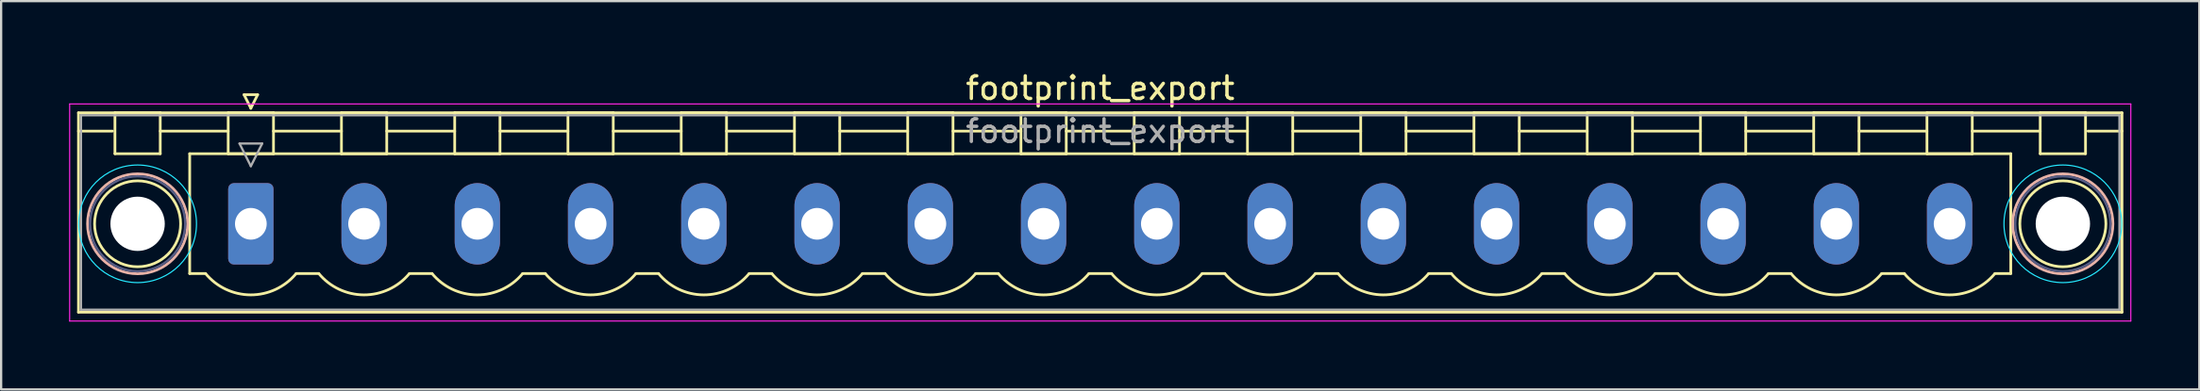
<source format=kicad_pcb>
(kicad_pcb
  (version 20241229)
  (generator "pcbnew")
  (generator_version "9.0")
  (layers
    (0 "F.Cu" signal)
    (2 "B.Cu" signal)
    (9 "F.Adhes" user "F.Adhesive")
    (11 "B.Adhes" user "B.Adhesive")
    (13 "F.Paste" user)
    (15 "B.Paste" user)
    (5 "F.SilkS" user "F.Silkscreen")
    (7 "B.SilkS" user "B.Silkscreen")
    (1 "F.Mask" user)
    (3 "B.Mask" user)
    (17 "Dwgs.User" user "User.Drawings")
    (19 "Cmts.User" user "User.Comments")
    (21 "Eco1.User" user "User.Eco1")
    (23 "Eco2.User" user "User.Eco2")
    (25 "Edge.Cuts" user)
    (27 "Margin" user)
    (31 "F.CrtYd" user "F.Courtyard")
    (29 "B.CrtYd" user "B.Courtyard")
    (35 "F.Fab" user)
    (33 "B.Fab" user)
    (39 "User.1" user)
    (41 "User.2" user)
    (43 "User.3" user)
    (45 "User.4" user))
  (footprint "footprint_export"
    (layer "F.Cu")
    (at 8.025 6.848)
    (property "Reference" "footprint_export" (at 37.5 -6 0) (layer "F.SilkS") (effects (font (size 1 1) (thickness 0.15))))
    (attr through_hole)
    (fp_line (start -7.61 -4.91) (end -7.61 3.91) (stroke (width 0.12) (type solid)) (layer "F.SilkS"))
    (fp_line (start -7.61 -4.1) (end -6.11 -4.1) (stroke (width 0.12) (type solid)) (layer "F.SilkS"))
    (fp_line (start -7.61 3.91) (end 82.61 3.91) (stroke (width 0.12) (type solid)) (layer "F.SilkS"))
    (fp_line (start -6 -4.91) (end -4 -4.91) (stroke (width 0.12) (type solid)) (layer "F.SilkS"))
    (fp_line (start -6 -3.1) (end -6 -4.91) (stroke (width 0.12) (type solid)) (layer "F.SilkS"))
    (fp_line (start -4 -4.91) (end -4 -3.1) (stroke (width 0.12) (type solid)) (layer "F.SilkS"))
    (fp_line (start -4 -4.1) (end -1 -4.1) (stroke (width 0.12) (type solid)) (layer "F.SilkS"))
    (fp_line (start -4 -3.1) (end -6 -3.1) (stroke (width 0.12) (type solid)) (layer "F.SilkS"))
    (fp_line (start -2.7 -3.1) (end 77.7 -3.1) (stroke (width 0.12) (type solid)) (layer "F.SilkS"))
    (fp_line (start -2.7 2.2) (end -2.7 -3.1) (stroke (width 0.12) (type solid)) (layer "F.SilkS"))
    (fp_line (start -2 2.2) (end -2.7 2.2) (stroke (width 0.12) (type solid)) (layer "F.SilkS"))
    (fp_line (start -1 -4.91) (end 1 -4.91) (stroke (width 0.12) (type solid)) (layer "F.SilkS"))
    (fp_line (start -1 -3.1) (end -1 -4.91) (stroke (width 0.12) (type solid)) (layer "F.SilkS"))
    (fp_line (start -0.3 -5.71) (end 0.3 -5.71) (stroke (width 0.12) (type solid)) (layer "F.SilkS"))
    (fp_line (start 0 -5.11) (end -0.3 -5.71) (stroke (width 0.12) (type solid)) (layer "F.SilkS"))
    (fp_line (start 0.3 -5.71) (end 0 -5.11) (stroke (width 0.12) (type solid)) (layer "F.SilkS"))
    (fp_line (start 1 -4.91) (end 1 -3.1) (stroke (width 0.12) (type solid)) (layer "F.SilkS"))
    (fp_line (start 1 -4.1) (end 4 -4.1) (stroke (width 0.12) (type solid)) (layer "F.SilkS"))
    (fp_line (start 1 -3.1) (end -1 -3.1) (stroke (width 0.12) (type solid)) (layer "F.SilkS"))
    (fp_line (start 2 2.2) (end 3 2.2) (stroke (width 0.12) (type solid)) (layer "F.SilkS"))
    (fp_line (start 4 -4.91) (end 6 -4.91) (stroke (width 0.12) (type solid)) (layer "F.SilkS"))
    (fp_line (start 4 -3.1) (end 4 -4.91) (stroke (width 0.12) (type solid)) (layer "F.SilkS"))
    (fp_line (start 6 -4.91) (end 6 -3.1) (stroke (width 0.12) (type solid)) (layer "F.SilkS"))
    (fp_line (start 6 -4.1) (end 9 -4.1) (stroke (width 0.12) (type solid)) (layer "F.SilkS"))
    (fp_line (start 6 -3.1) (end 4 -3.1) (stroke (width 0.12) (type solid)) (layer "F.SilkS"))
    (fp_line (start 7 2.2) (end 8 2.2) (stroke (width 0.12) (type solid)) (layer "F.SilkS"))
    (fp_line (start 9 -4.91) (end 11 -4.91) (stroke (width 0.12) (type solid)) (layer "F.SilkS"))
    (fp_line (start 9 -3.1) (end 9 -4.91) (stroke (width 0.12) (type solid)) (layer "F.SilkS"))
    (fp_line (start 11 -4.91) (end 11 -3.1) (stroke (width 0.12) (type solid)) (layer "F.SilkS"))
    (fp_line (start 11 -4.1) (end 14 -4.1) (stroke (width 0.12) (type solid)) (layer "F.SilkS"))
    (fp_line (start 11 -3.1) (end 9 -3.1) (stroke (width 0.12) (type solid)) (layer "F.SilkS"))
    (fp_line (start 12 2.2) (end 13 2.2) (stroke (width 0.12) (type solid)) (layer "F.SilkS"))
    (fp_line (start 14 -4.91) (end 16 -4.91) (stroke (width 0.12) (type solid)) (layer "F.SilkS"))
    (fp_line (start 14 -3.1) (end 14 -4.91) (stroke (width 0.12) (type solid)) (layer "F.SilkS"))
    (fp_line (start 16 -4.91) (end 16 -3.1) (stroke (width 0.12) (type solid)) (layer "F.SilkS"))
    (fp_line (start 16 -4.1) (end 19 -4.1) (stroke (width 0.12) (type solid)) (layer "F.SilkS"))
    (fp_line (start 16 -3.1) (end 14 -3.1) (stroke (width 0.12) (type solid)) (layer "F.SilkS"))
    (fp_line (start 17 2.2) (end 18 2.2) (stroke (width 0.12) (type solid)) (layer "F.SilkS"))
    (fp_line (start 19 -4.91) (end 21 -4.91) (stroke (width 0.12) (type solid)) (layer "F.SilkS"))
    (fp_line (start 19 -3.1) (end 19 -4.91) (stroke (width 0.12) (type solid)) (layer "F.SilkS"))
    (fp_line (start 21 -4.91) (end 21 -3.1) (stroke (width 0.12) (type solid)) (layer "F.SilkS"))
    (fp_line (start 21 -4.1) (end 24 -4.1) (stroke (width 0.12) (type solid)) (layer "F.SilkS"))
    (fp_line (start 21 -3.1) (end 19 -3.1) (stroke (width 0.12) (type solid)) (layer "F.SilkS"))
    (fp_line (start 22 2.2) (end 23 2.2) (stroke (width 0.12) (type solid)) (layer "F.SilkS"))
    (fp_line (start 24 -4.91) (end 26 -4.91) (stroke (width 0.12) (type solid)) (layer "F.SilkS"))
    (fp_line (start 24 -3.1) (end 24 -4.91) (stroke (width 0.12) (type solid)) (layer "F.SilkS"))
    (fp_line (start 26 -4.91) (end 26 -3.1) (stroke (width 0.12) (type solid)) (layer "F.SilkS"))
    (fp_line (start 26 -4.1) (end 29 -4.1) (stroke (width 0.12) (type solid)) (layer "F.SilkS"))
    (fp_line (start 26 -3.1) (end 24 -3.1) (stroke (width 0.12) (type solid)) (layer "F.SilkS"))
    (fp_line (start 27 2.2) (end 28 2.2) (stroke (width 0.12) (type solid)) (layer "F.SilkS"))
    (fp_line (start 29 -4.91) (end 31 -4.91) (stroke (width 0.12) (type solid)) (layer "F.SilkS"))
    (fp_line (start 29 -3.1) (end 29 -4.91) (stroke (width 0.12) (type solid)) (layer "F.SilkS"))
    (fp_line (start 31 -4.91) (end 31 -3.1) (stroke (width 0.12) (type solid)) (layer "F.SilkS"))
    (fp_line (start 31 -4.1) (end 34 -4.1) (stroke (width 0.12) (type solid)) (layer "F.SilkS"))
    (fp_line (start 31 -3.1) (end 29 -3.1) (stroke (width 0.12) (type solid)) (layer "F.SilkS"))
    (fp_line (start 32 2.2) (end 33 2.2) (stroke (width 0.12) (type solid)) (layer "F.SilkS"))
    (fp_line (start 34 -4.91) (end 36 -4.91) (stroke (width 0.12) (type solid)) (layer "F.SilkS"))
    (fp_line (start 34 -3.1) (end 34 -4.91) (stroke (width 0.12) (type solid)) (layer "F.SilkS"))
    (fp_line (start 36 -4.91) (end 36 -3.1) (stroke (width 0.12) (type solid)) (layer "F.SilkS"))
    (fp_line (start 36 -4.1) (end 39 -4.1) (stroke (width 0.12) (type solid)) (layer "F.SilkS"))
    (fp_line (start 36 -3.1) (end 34 -3.1) (stroke (width 0.12) (type solid)) (layer "F.SilkS"))
    (fp_line (start 37 2.2) (end 38 2.2) (stroke (width 0.12) (type solid)) (layer "F.SilkS"))
    (fp_line (start 39 -4.91) (end 41 -4.91) (stroke (width 0.12) (type solid)) (layer "F.SilkS"))
    (fp_line (start 39 -3.1) (end 39 -4.91) (stroke (width 0.12) (type solid)) (layer "F.SilkS"))
    (fp_line (start 41 -4.91) (end 41 -3.1) (stroke (width 0.12) (type solid)) (layer "F.SilkS"))
    (fp_line (start 41 -4.1) (end 44 -4.1) (stroke (width 0.12) (type solid)) (layer "F.SilkS"))
    (fp_line (start 41 -3.1) (end 39 -3.1) (stroke (width 0.12) (type solid)) (layer "F.SilkS"))
    (fp_line (start 42 2.2) (end 43 2.2) (stroke (width 0.12) (type solid)) (layer "F.SilkS"))
    (fp_line (start 44 -4.91) (end 46 -4.91) (stroke (width 0.12) (type solid)) (layer "F.SilkS"))
    (fp_line (start 44 -3.1) (end 44 -4.91) (stroke (width 0.12) (type solid)) (layer "F.SilkS"))
    (fp_line (start 46 -4.91) (end 46 -3.1) (stroke (width 0.12) (type solid)) (layer "F.SilkS"))
    (fp_line (start 46 -4.1) (end 49 -4.1) (stroke (width 0.12) (type solid)) (layer "F.SilkS"))
    (fp_line (start 46 -3.1) (end 44 -3.1) (stroke (width 0.12) (type solid)) (layer "F.SilkS"))
    (fp_line (start 47 2.2) (end 48 2.2) (stroke (width 0.12) (type solid)) (layer "F.SilkS"))
    (fp_line (start 49 -4.91) (end 51 -4.91) (stroke (width 0.12) (type solid)) (layer "F.SilkS"))
    (fp_line (start 49 -3.1) (end 49 -4.91) (stroke (width 0.12) (type solid)) (layer "F.SilkS"))
    (fp_line (start 51 -4.91) (end 51 -3.1) (stroke (width 0.12) (type solid)) (layer "F.SilkS"))
    (fp_line (start 51 -4.1) (end 54 -4.1) (stroke (width 0.12) (type solid)) (layer "F.SilkS"))
    (fp_line (start 51 -3.1) (end 49 -3.1) (stroke (width 0.12) (type solid)) (layer "F.SilkS"))
    (fp_line (start 52 2.2) (end 53 2.2) (stroke (width 0.12) (type solid)) (layer "F.SilkS"))
    (fp_line (start 54 -4.91) (end 56 -4.91) (stroke (width 0.12) (type solid)) (layer "F.SilkS"))
    (fp_line (start 54 -3.1) (end 54 -4.91) (stroke (width 0.12) (type solid)) (layer "F.SilkS"))
    (fp_line (start 56 -4.91) (end 56 -3.1) (stroke (width 0.12) (type solid)) (layer "F.SilkS"))
    (fp_line (start 56 -4.1) (end 59 -4.1) (stroke (width 0.12) (type solid)) (layer "F.SilkS"))
    (fp_line (start 56 -3.1) (end 54 -3.1) (stroke (width 0.12) (type solid)) (layer "F.SilkS"))
    (fp_line (start 57 2.2) (end 58 2.2) (stroke (width 0.12) (type solid)) (layer "F.SilkS"))
    (fp_line (start 59 -4.91) (end 61 -4.91) (stroke (width 0.12) (type solid)) (layer "F.SilkS"))
    (fp_line (start 59 -3.1) (end 59 -4.91) (stroke (width 0.12) (type solid)) (layer "F.SilkS"))
    (fp_line (start 61 -4.91) (end 61 -3.1) (stroke (width 0.12) (type solid)) (layer "F.SilkS"))
    (fp_line (start 61 -4.1) (end 64 -4.1) (stroke (width 0.12) (type solid)) (layer "F.SilkS"))
    (fp_line (start 61 -3.1) (end 59 -3.1) (stroke (width 0.12) (type solid)) (layer "F.SilkS"))
    (fp_line (start 62 2.2) (end 63 2.2) (stroke (width 0.12) (type solid)) (layer "F.SilkS"))
    (fp_line (start 64 -4.91) (end 66 -4.91) (stroke (width 0.12) (type solid)) (layer "F.SilkS"))
    (fp_line (start 64 -3.1) (end 64 -4.91) (stroke (width 0.12) (type solid)) (layer "F.SilkS"))
    (fp_line (start 66 -4.91) (end 66 -3.1) (stroke (width 0.12) (type solid)) (layer "F.SilkS"))
    (fp_line (start 66 -4.1) (end 69 -4.1) (stroke (width 0.12) (type solid)) (layer "F.SilkS"))
    (fp_line (start 66 -3.1) (end 64 -3.1) (stroke (width 0.12) (type solid)) (layer "F.SilkS"))
    (fp_line (start 67 2.2) (end 68 2.2) (stroke (width 0.12) (type solid)) (layer "F.SilkS"))
    (fp_line (start 69 -4.91) (end 71 -4.91) (stroke (width 0.12) (type solid)) (layer "F.SilkS"))
    (fp_line (start 69 -3.1) (end 69 -4.91) (stroke (width 0.12) (type solid)) (layer "F.SilkS"))
    (fp_line (start 71 -4.91) (end 71 -3.1) (stroke (width 0.12) (type solid)) (layer "F.SilkS"))
    (fp_line (start 71 -4.1) (end 74 -4.1) (stroke (width 0.12) (type solid)) (layer "F.SilkS"))
    (fp_line (start 71 -3.1) (end 69 -3.1) (stroke (width 0.12) (type solid)) (layer "F.SilkS"))
    (fp_line (start 72 2.2) (end 73 2.2) (stroke (width 0.12) (type solid)) (layer "F.SilkS"))
    (fp_line (start 74 -4.91) (end 76 -4.91) (stroke (width 0.12) (type solid)) (layer "F.SilkS"))
    (fp_line (start 74 -3.1) (end 74 -4.91) (stroke (width 0.12) (type solid)) (layer "F.SilkS"))
    (fp_line (start 76 -4.91) (end 76 -3.1) (stroke (width 0.12) (type solid)) (layer "F.SilkS"))
    (fp_line (start 76 -4.1) (end 79 -4.1) (stroke (width 0.12) (type solid)) (layer "F.SilkS"))
    (fp_line (start 76 -3.1) (end 74 -3.1) (stroke (width 0.12) (type solid)) (layer "F.SilkS"))
    (fp_line (start 77.7 -3.1) (end 77.7 2.2) (stroke (width 0.12) (type solid)) (layer "F.SilkS"))
    (fp_line (start 77.7 2.2) (end 77 2.2) (stroke (width 0.12) (type solid)) (layer "F.SilkS"))
    (fp_line (start 79 -4.91) (end 81 -4.91) (stroke (width 0.12) (type solid)) (layer "F.SilkS"))
    (fp_line (start 79 -3.1) (end 79 -4.91) (stroke (width 0.12) (type solid)) (layer "F.SilkS"))
    (fp_line (start 81 -4.91) (end 81 -3.1) (stroke (width 0.12) (type solid)) (layer "F.SilkS"))
    (fp_line (start 81 -3.1) (end 79 -3.1) (stroke (width 0.12) (type solid)) (layer "F.SilkS"))
    (fp_line (start 82.61 -4.91) (end -7.61 -4.91) (stroke (width 0.12) (type solid)) (layer "F.SilkS"))
    (fp_line (start 82.61 -4.1) (end 81.11 -4.1) (stroke (width 0.12) (type solid)) (layer "F.SilkS"))
    (fp_line (start 82.61 3.91) (end 82.61 -4.91) (stroke (width 0.12) (type solid)) (layer "F.SilkS"))
    (fp_arc (start 1.986842 2.215821) (mid -0.010289 3.142758) (end -2 2.2) (stroke (width 0.12) (type solid)) (layer "F.SilkS"))
    (fp_arc (start 6.986842 2.215821) (mid 4.989711 3.142758) (end 3 2.2) (stroke (width 0.12) (type solid)) (layer "F.SilkS"))
    (fp_arc (start 11.986842 2.215821) (mid 9.989711 3.142758) (end 8 2.2) (stroke (width 0.12) (type solid)) (layer "F.SilkS"))
    (fp_arc (start 16.986842 2.215821) (mid 14.989711 3.142758) (end 13 2.2) (stroke (width 0.12) (type solid)) (layer "F.SilkS"))
    (fp_arc (start 21.986842 2.215821) (mid 19.989711 3.142758) (end 18 2.2) (stroke (width 0.12) (type solid)) (layer "F.SilkS"))
    (fp_arc (start 26.986842 2.215821) (mid 24.989711 3.142758) (end 23 2.2) (stroke (width 0.12) (type solid)) (layer "F.SilkS"))
    (fp_arc (start 31.986842 2.215821) (mid 29.989711 3.142758) (end 28 2.2) (stroke (width 0.12) (type solid)) (layer "F.SilkS"))
    (fp_arc (start 36.986842 2.215821) (mid 34.989711 3.142758) (end 33 2.2) (stroke (width 0.12) (type solid)) (layer "F.SilkS"))
    (fp_arc (start 41.986842 2.215821) (mid 39.989711 3.142758) (end 38 2.2) (stroke (width 0.12) (type solid)) (layer "F.SilkS"))
    (fp_arc (start 46.986842 2.215821) (mid 44.989711 3.142758) (end 43 2.2) (stroke (width 0.12) (type solid)) (layer "F.SilkS"))
    (fp_arc (start 51.986842 2.215821) (mid 49.989711 3.142758) (end 48 2.2) (stroke (width 0.12) (type solid)) (layer "F.SilkS"))
    (fp_arc (start 56.986842 2.215821) (mid 54.989711 3.142758) (end 53 2.2) (stroke (width 0.12) (type solid)) (layer "F.SilkS"))
    (fp_arc (start 61.986842 2.215821) (mid 59.989711 3.142758) (end 58 2.2) (stroke (width 0.12) (type solid)) (layer "F.SilkS"))
    (fp_arc (start 66.986842 2.215821) (mid 64.989711 3.142758) (end 63 2.2) (stroke (width 0.12) (type solid)) (layer "F.SilkS"))
    (fp_arc (start 71.986842 2.215821) (mid 69.989711 3.142758) (end 68 2.2) (stroke (width 0.12) (type solid)) (layer "F.SilkS"))
    (fp_arc (start 76.986842 2.215821) (mid 74.989711 3.142758) (end 73 2.2) (stroke (width 0.12) (type solid)) (layer "F.SilkS"))
    (fp_circle (center -5 0) (end -3.1 0) (stroke (width 0.12) (type solid)) (fill no) (layer "F.SilkS"))
    (fp_circle (center 80 0) (end 81.9 0) (stroke (width 0.12) (type solid)) (fill no) (layer "F.SilkS"))
    (fp_circle (center -5 0) (end -2.79 0) (stroke (width 0.12) (type solid)) (fill no) (layer "B.SilkS"))
    (fp_circle (center 80 0) (end 82.21 0) (stroke (width 0.12) (type solid)) (fill no) (layer "B.SilkS"))
    (fp_circle (center -5 0) (end -2.4 0) (stroke (width 0.05) (type solid)) (fill no) (layer "B.CrtYd"))
    (fp_circle (center 80 0) (end 82.6 0) (stroke (width 0.05) (type solid)) (fill no) (layer "B.CrtYd"))
    (fp_line (start -8 -5.3) (end -8 4.3) (stroke (width 0.05) (type solid)) (layer "F.CrtYd"))
    (fp_line (start -8 4.3) (end 83 4.3) (stroke (width 0.05) (type solid)) (layer "F.CrtYd"))
    (fp_line (start 83 -5.3) (end -8 -5.3) (stroke (width 0.05) (type solid)) (layer "F.CrtYd"))
    (fp_line (start 83 4.3) (end 83 -5.3) (stroke (width 0.05) (type solid)) (layer "F.CrtYd"))
    (fp_circle (center -5 0) (end -2.9 0) (stroke (width 0.1) (type solid)) (fill no) (layer "B.Fab"))
    (fp_circle (center 80 0) (end 82.1 0) (stroke (width 0.1) (type solid)) (fill no) (layer "B.Fab"))
    (fp_line (start -7.5 -4.8) (end -7.5 3.8) (stroke (width 0.1) (type solid)) (layer "F.Fab"))
    (fp_line (start -7.5 3.8) (end 82.5 3.8) (stroke (width 0.1) (type solid)) (layer "F.Fab"))
    (fp_line (start -0.5 -3.55) (end 0.5 -3.55) (stroke (width 0.1) (type solid)) (layer "F.Fab"))
    (fp_line (start 0 -2.55) (end -0.5 -3.55) (stroke (width 0.1) (type solid)) (layer "F.Fab"))
    (fp_line (start 0.5 -3.55) (end 0 -2.55) (stroke (width 0.1) (type solid)) (layer "F.Fab"))
    (fp_line (start 82.5 -4.8) (end -7.5 -4.8) (stroke (width 0.1) (type solid)) (layer "F.Fab"))
    (fp_line (start 82.5 3.8) (end 82.5 -4.8) (stroke (width 0.1) (type solid)) (layer "F.Fab"))
    (fp_text user "${REFERENCE}" (at 37.5 -4.1 0) (layer "F.Fab") (effects (font (size 1 1) (thickness 0.15))))
    (pad "" np_thru_hole circle (at -5 0) (size 2.4 2.4) (drill 2.4) (layers "*.Cu" "*.Mask"))
    (pad "" np_thru_hole circle (at 80 0) (size 2.4 2.4) (drill 2.4) (layers "*.Cu" "*.Mask"))
    (pad "1" thru_hole roundrect (at 0 0) (size 2 3.6) (drill 1.4) (layers "*.Cu" "*.Mask") (roundrect_rratio 0.125))
    (pad "2" thru_hole oval (at 5 0) (size 2 3.6) (drill 1.4) (layers "*.Cu" "*.Mask"))
    (pad "3" thru_hole oval (at 10 0) (size 2 3.6) (drill 1.4) (layers "*.Cu" "*.Mask"))
    (pad "4" thru_hole oval (at 15 0) (size 2 3.6) (drill 1.4) (layers "*.Cu" "*.Mask"))
    (pad "5" thru_hole oval (at 20 0) (size 2 3.6) (drill 1.4) (layers "*.Cu" "*.Mask"))
    (pad "6" thru_hole oval (at 25 0) (size 2 3.6) (drill 1.4) (layers "*.Cu" "*.Mask"))
    (pad "7" thru_hole oval (at 30 0) (size 2 3.6) (drill 1.4) (layers "*.Cu" "*.Mask"))
    (pad "8" thru_hole oval (at 35 0) (size 2 3.6) (drill 1.4) (layers "*.Cu" "*.Mask"))
    (pad "9" thru_hole oval (at 40 0) (size 2 3.6) (drill 1.4) (layers "*.Cu" "*.Mask"))
    (pad "10" thru_hole oval (at 45 0) (size 2 3.6) (drill 1.4) (layers "*.Cu" "*.Mask"))
    (pad "11" thru_hole oval (at 50 0) (size 2 3.6) (drill 1.4) (layers "*.Cu" "*.Mask"))
    (pad "12" thru_hole oval (at 55 0) (size 2 3.6) (drill 1.4) (layers "*.Cu" "*.Mask"))
    (pad "13" thru_hole oval (at 60 0) (size 2 3.6) (drill 1.4) (layers "*.Cu" "*.Mask"))
    (pad "14" thru_hole oval (at 65 0) (size 2 3.6) (drill 1.4) (layers "*.Cu" "*.Mask"))
    (pad "15" thru_hole oval (at 70 0) (size 2 3.6) (drill 1.4) (layers "*.Cu" "*.Mask"))
    (pad "16" thru_hole oval (at 75 0) (size 2 3.6) (drill 1.4) (layers "*.Cu" "*.Mask")))
  (gr_rect
    (start -3 -3)
    (end 94.05 14.173)
    (stroke (width 0.1) (type default))
    (fill no)
    (layer "Edge.Cuts")))
</source>
